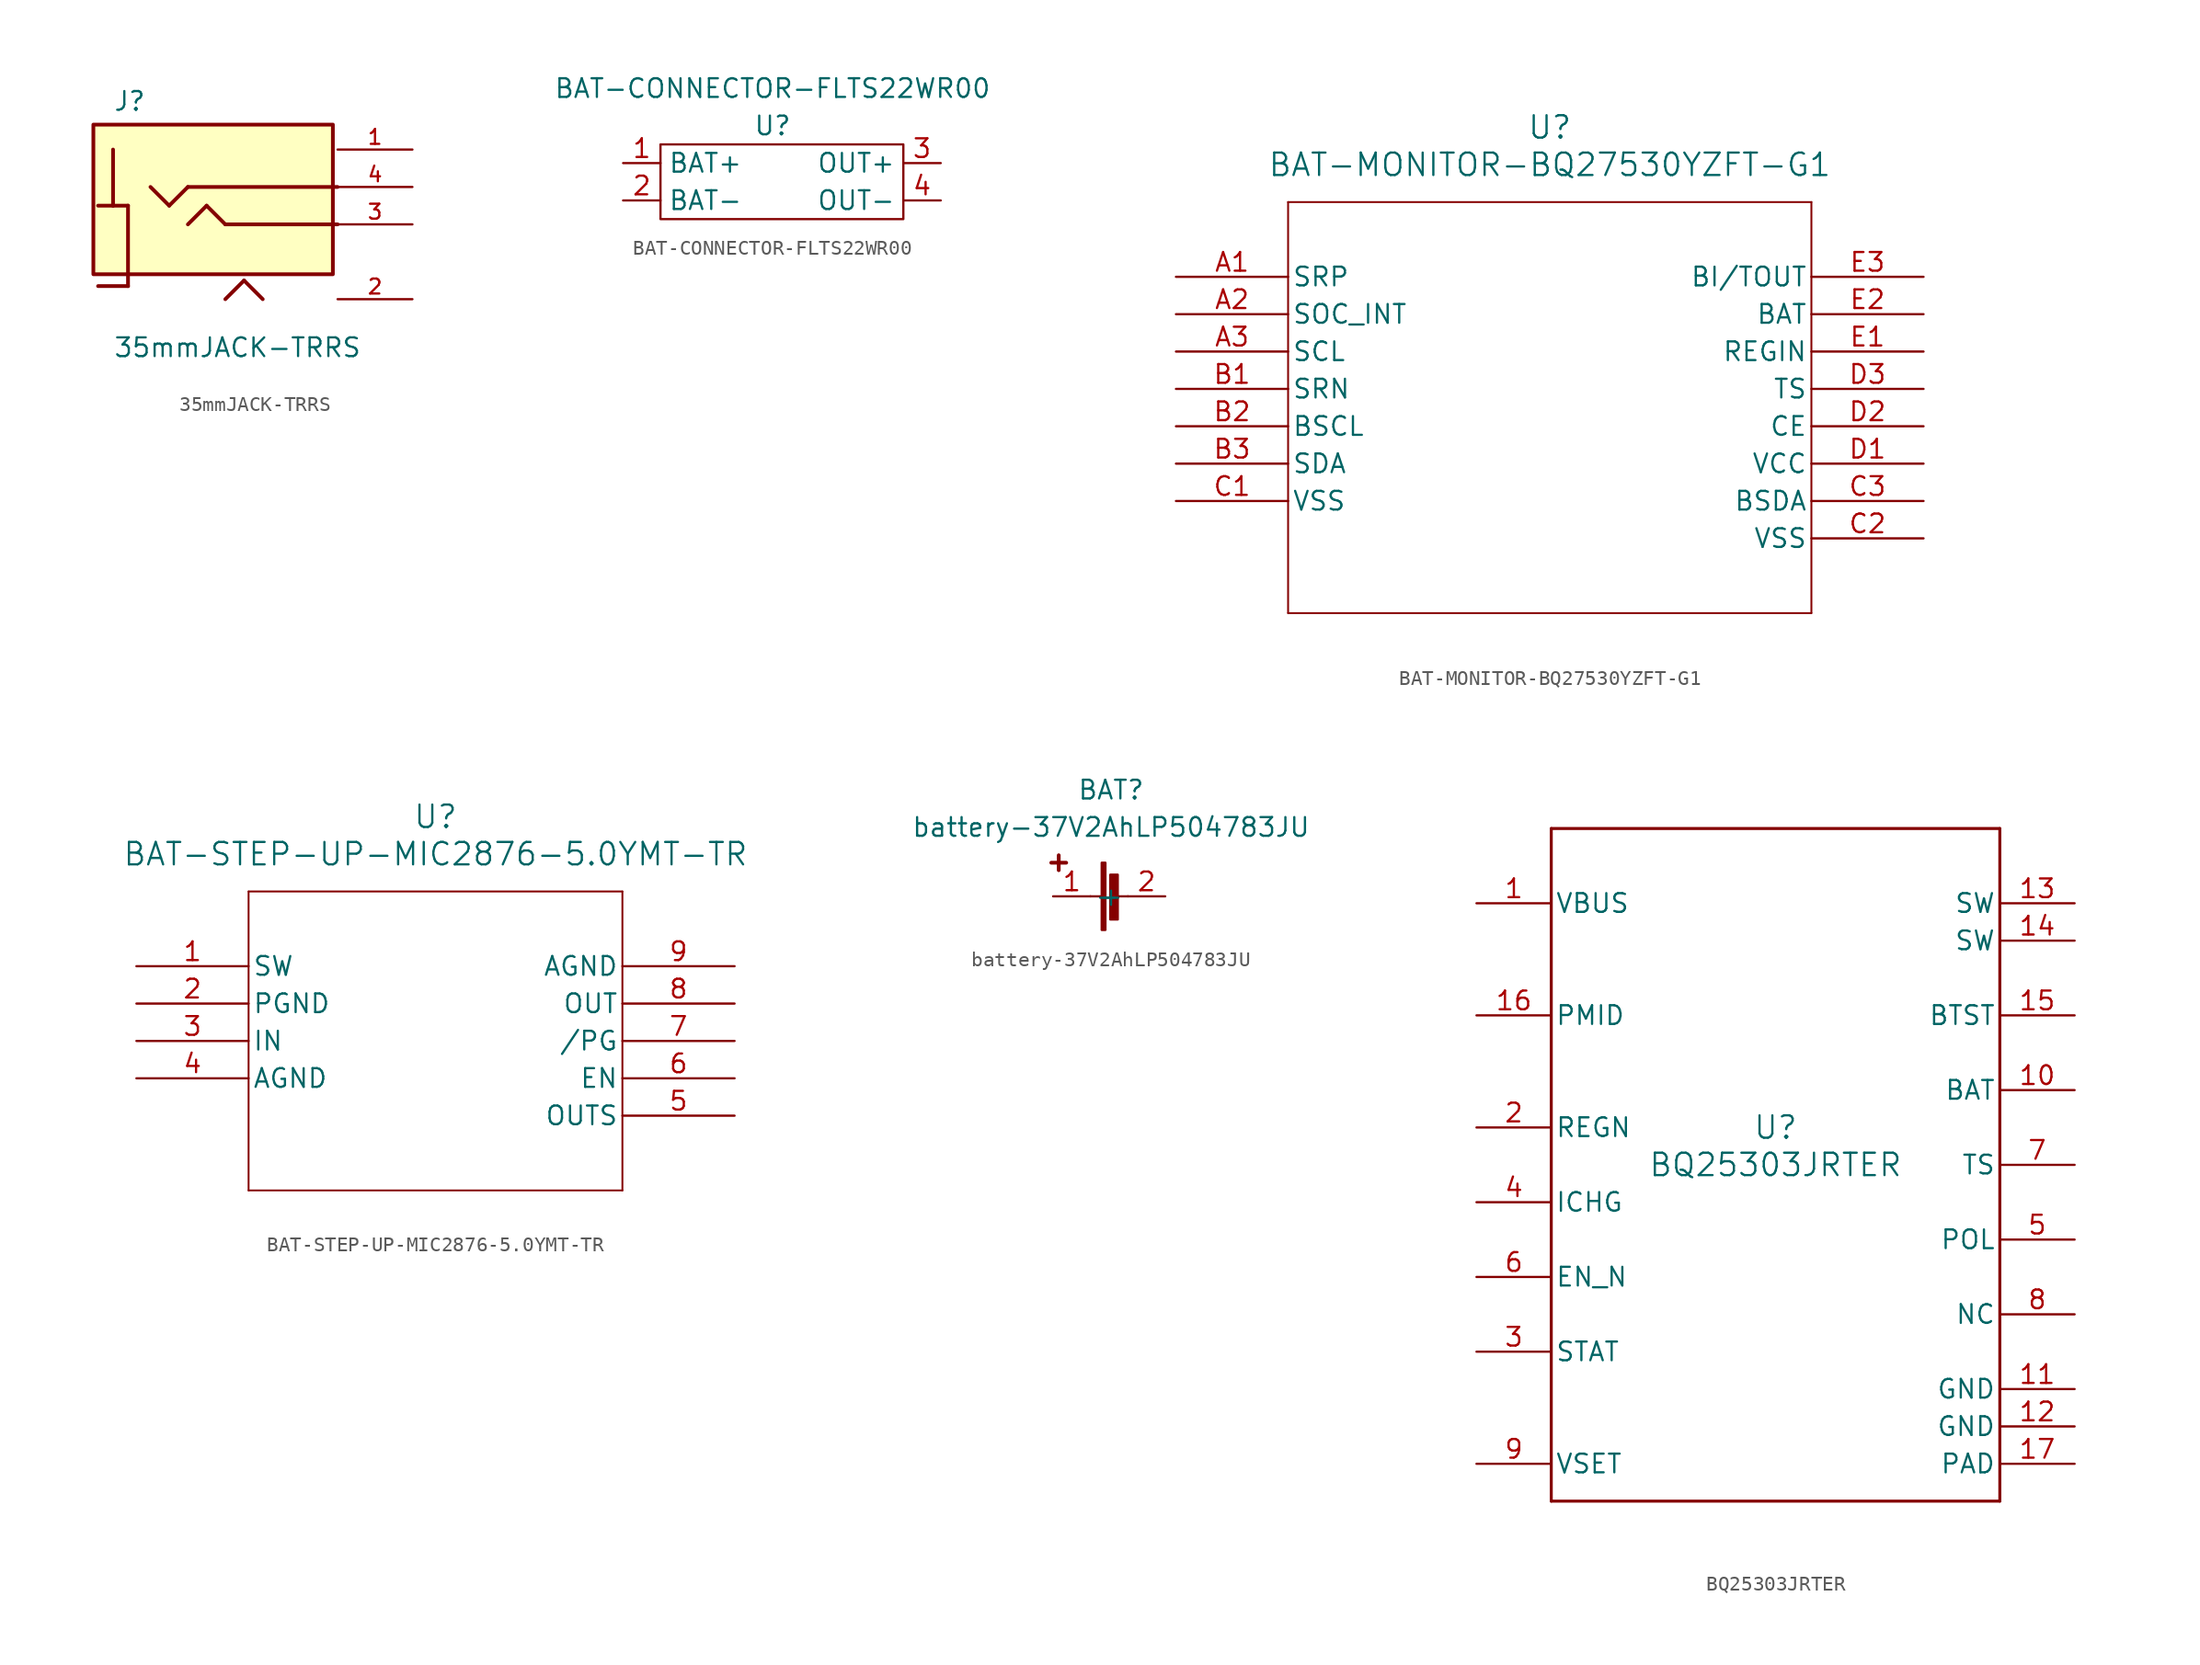
<source format=kicad_sym>
(kicad_symbol_lib
  (version 20211014)
  (generator kicad_symbol_editor)
  (symbol "35mmJACK-TRRS"
    (pin_names
      (offset 1.016))
    (property "Reference" "J"
      (at -7.62 7.62 0)
      (effects (font (size 1.27 1.27)) (justify left bottom)))
    (property "Value" "35mmJACK-TRRS"
      (at -7.62 -7.62 0)
      (effects (font (size 1.27 1.27)) (justify left top)))
    (symbol "35mmJACK-TRRS_0_0"
      (rectangle (start -8.956 -3.387) (end 7.3 6.773) (stroke (width 0.254) (type default) (color 0 0 0 0)) (fill (type background)))
      (polyline (pts (xy -8.636 1.27) (xy -7.62 1.27)) (stroke (width 0.254) (type default) (color 0 0 0 0)) (fill (type none)))
      (polyline (pts (xy -7.62 1.27) (xy -6.604 1.27)) (stroke (width 0.254) (type default) (color 0 0 0 0)) (fill (type none)))
      (polyline (pts (xy -7.62 5.08) (xy -7.62 1.27)) (stroke (width 0.254) (type default) (color 0 0 0 0)) (fill (type none)))
      (polyline (pts (xy -6.604 -4.191) (xy -8.636 -4.191)) (stroke (width 0.254) (type default) (color 0 0 0 0)) (fill (type none)))
      (polyline (pts (xy -6.604 1.27) (xy -6.604 -4.191)) (stroke (width 0.254) (type default) (color 0 0 0 0)) (fill (type none)))
      (polyline (pts (xy -5.08 2.54) (xy -3.81 1.27)) (stroke (width 0.254) (type default) (color 0 0 0 0)) (fill (type none)))
      (polyline (pts (xy -3.81 1.27) (xy -2.54 2.54)) (stroke (width 0.254) (type default) (color 0 0 0 0)) (fill (type none)))
      (polyline (pts (xy -2.54 0) (xy -1.27 1.27)) (stroke (width 0.254) (type default) (color 0 0 0 0)) (fill (type none)))
      (polyline (pts (xy -2.54 2.54) (xy 7.62 2.54)) (stroke (width 0.254) (type default) (color 0 0 0 0)) (fill (type none)))
      (polyline (pts (xy -1.27 1.27) (xy 0 0)) (stroke (width 0.254) (type default) (color 0 0 0 0)) (fill (type none)))
      (polyline (pts (xy 0 -5.08) (xy 1.27 -3.81)) (stroke (width 0.254) (type default) (color 0 0 0 0)) (fill (type none)))
      (polyline (pts (xy 0 0) (xy 7.62 0)) (stroke (width 0.254) (type default) (color 0 0 0 0)) (fill (type none)))
      (polyline (pts (xy 1.27 -3.81) (xy 2.54 -5.08)) (stroke (width 0.254) (type default) (color 0 0 0 0)) (fill (type none)))
      (pin passive line (at 12.7 5.08 180) (length 5.08) (name "~" (effects (font (size 1.016 1.016)))) (number "1" (effects (font (size 1.016 1.016)))))
      (pin passive line (at 12.7 -5.08 180) (length 5.08) (name "~" (effects (font (size 1.016 1.016)))) (number "2" (effects (font (size 1.016 1.016)))))
      (pin passive line (at 12.7 0 180) (length 5.08) (name "~" (effects (font (size 1.016 1.016)))) (number "3" (effects (font (size 1.016 1.016)))))
      (pin passive line (at 12.7 2.54 180) (length 5.08) (name "~" (effects (font (size 1.016 1.016)))) (number "4" (effects (font (size 1.016 1.016)))))))
  (symbol "BAT-CONNECTOR-FLTS22WR00"
    (property "Reference" "U"
      (at 0 0 0)
      (effects (font (size 1.27 1.27))))
    (property "Value" "BAT-CONNECTOR-FLTS22WR00"
      (at 0 2.54 0)
      (effects (font (size 1.27 1.27))))
    (symbol "BAT-CONNECTOR-FLTS22WR00_0_1"
      (rectangle (start -7.62 -1.27) (end 8.89 -6.35) (stroke (width 0) (type default) (color 0 0 0 0)) (fill (type none))))
    (symbol "BAT-CONNECTOR-FLTS22WR00_1_1"
      (pin passive line (at -10.16 -2.54 0) (length 2.54) (name "BAT+" (effects (font (size 1.27 1.27)))) (number "1" (effects (font (size 1.27 1.27)))))
      (pin passive line (at -10.16 -5.08 0) (length 2.54) (name "BAT-" (effects (font (size 1.27 1.27)))) (number "2" (effects (font (size 1.27 1.27)))))
      (pin passive line (at 11.43 -2.54 180) (length 2.54) (name "OUT+" (effects (font (size 1.27 1.27)))) (number "3" (effects (font (size 1.27 1.27)))))
      (pin passive line (at 11.43 -5.08 180) (length 2.54) (name "OUT-" (effects (font (size 1.27 1.27)))) (number "4" (effects (font (size 1.27 1.27)))))))
  (symbol "BAT-MONITOR-BQ27530YZFT-G1"
    (pin_names
      (offset 0.254))
    (property "Reference" "U"
      (at 25.4 10.16 0)
      (effects (font (size 1.524 1.524))))
    (property "Value" "BAT-MONITOR-BQ27530YZFT-G1"
      (at 25.4 7.62 0)
      (effects (font (size 1.524 1.524))))
    (symbol "BAT-MONITOR-BQ27530YZFT-G1_0_1"
      (polyline (pts (xy 7.62 -22.86) (xy 43.18 -22.86)) (stroke (width 0.127) (type default) (color 0 0 0 0)) (fill (type none)))
      (polyline (pts (xy 7.62 5.08) (xy 7.62 -22.86)) (stroke (width 0.127) (type default) (color 0 0 0 0)) (fill (type none)))
      (polyline (pts (xy 43.18 -22.86) (xy 43.18 5.08)) (stroke (width 0.127) (type default) (color 0 0 0 0)) (fill (type none)))
      (polyline (pts (xy 43.18 5.08) (xy 7.62 5.08)) (stroke (width 0.127) (type default) (color 0 0 0 0)) (fill (type none)))
      (pin input line (at 0 0 0) (length 7.62) (name "SRP" (effects (font (size 1.27 1.27)))) (number "A1" (effects (font (size 1.27 1.27)))))
      (pin bidirectional line (at 0 -2.54 0) (length 7.62) (name "SOC_INT" (effects (font (size 1.27 1.27)))) (number "A2" (effects (font (size 1.27 1.27)))))
      (pin input line (at 0 -5.08 0) (length 7.62) (name "SCL" (effects (font (size 1.27 1.27)))) (number "A3" (effects (font (size 1.27 1.27)))))
      (pin input line (at 0 -7.62 0) (length 7.62) (name "SRN" (effects (font (size 1.27 1.27)))) (number "B1" (effects (font (size 1.27 1.27)))))
      (pin output line (at 0 -10.16 0) (length 7.62) (name "BSCL" (effects (font (size 1.27 1.27)))) (number "B2" (effects (font (size 1.27 1.27)))))
      (pin bidirectional line (at 0 -12.7 0) (length 7.62) (name "SDA" (effects (font (size 1.27 1.27)))) (number "B3" (effects (font (size 1.27 1.27)))))
      (pin power_in line (at 0 -15.24 0) (length 7.62) (name "VSS" (effects (font (size 1.27 1.27)))) (number "C1" (effects (font (size 1.27 1.27)))))
      (pin power_in line (at 50.8 -17.78 180) (length 7.62) (name "VSS" (effects (font (size 1.27 1.27)))) (number "C2" (effects (font (size 1.27 1.27)))))
      (pin bidirectional line (at 50.8 -15.24 180) (length 7.62) (name "BSDA" (effects (font (size 1.27 1.27)))) (number "C3" (effects (font (size 1.27 1.27)))))
      (pin power_in line (at 50.8 -12.7 180) (length 7.62) (name "VCC" (effects (font (size 1.27 1.27)))) (number "D1" (effects (font (size 1.27 1.27)))))
      (pin input line (at 50.8 -10.16 180) (length 7.62) (name "CE" (effects (font (size 1.27 1.27)))) (number "D2" (effects (font (size 1.27 1.27)))))
      (pin input line (at 50.8 -7.62 180) (length 7.62) (name "TS" (effects (font (size 1.27 1.27)))) (number "D3" (effects (font (size 1.27 1.27)))))
      (pin input line (at 50.8 -5.08 180) (length 7.62) (name "REGIN" (effects (font (size 1.27 1.27)))) (number "E1" (effects (font (size 1.27 1.27)))))
      (pin input line (at 50.8 -2.54 180) (length 7.62) (name "BAT" (effects (font (size 1.27 1.27)))) (number "E2" (effects (font (size 1.27 1.27)))))
      (pin bidirectional line (at 50.8 0 180) (length 7.62) (name "BI/TOUT" (effects (font (size 1.27 1.27)))) (number "E3" (effects (font (size 1.27 1.27)))))))
  (symbol "BAT-STEP-UP-MIC2876-5.0YMT-TR"
    (pin_names
      (offset 0.254))
    (property "Reference" "U"
      (at 20.32 10.16 0)
      (effects (font (size 1.524 1.524))))
    (property "Value" "BAT-STEP-UP-MIC2876-5.0YMT-TR"
      (at 20.32 7.62 0)
      (effects (font (size 1.524 1.524))))
    (symbol "BAT-STEP-UP-MIC2876-5.0YMT-TR_0_1"
      (polyline (pts (xy 7.62 -15.24) (xy 33.02 -15.24)) (stroke (width 0.127) (type default) (color 0 0 0 0)) (fill (type none)))
      (polyline (pts (xy 7.62 5.08) (xy 7.62 -15.24)) (stroke (width 0.127) (type default) (color 0 0 0 0)) (fill (type none)))
      (polyline (pts (xy 33.02 -15.24) (xy 33.02 5.08)) (stroke (width 0.127) (type default) (color 0 0 0 0)) (fill (type none)))
      (polyline (pts (xy 33.02 5.08) (xy 7.62 5.08)) (stroke (width 0.127) (type default) (color 0 0 0 0)) (fill (type none)))
      (pin power_in line (at 0 0 0) (length 7.62) (name "SW" (effects (font (size 1.27 1.27)))) (number "1" (effects (font (size 1.27 1.27)))))
      (pin power_out line (at 0 -2.54 0) (length 7.62) (name "PGND" (effects (font (size 1.27 1.27)))) (number "2" (effects (font (size 1.27 1.27)))))
      (pin power_in line (at 0 -5.08 0) (length 7.62) (name "IN" (effects (font (size 1.27 1.27)))) (number "3" (effects (font (size 1.27 1.27)))))
      (pin power_out line (at 0 -7.62 0) (length 7.62) (name "AGND" (effects (font (size 1.27 1.27)))) (number "4" (effects (font (size 1.27 1.27)))))
      (pin unspecified line (at 40.64 -10.16 180) (length 7.62) (name "OUTS" (effects (font (size 1.27 1.27)))) (number "5" (effects (font (size 1.27 1.27)))))
      (pin input line (at 40.64 -7.62 180) (length 7.62) (name "EN" (effects (font (size 1.27 1.27)))) (number "6" (effects (font (size 1.27 1.27)))))
      (pin output line (at 40.64 -5.08 180) (length 7.62) (name "/PG" (effects (font (size 1.27 1.27)))) (number "7" (effects (font (size 1.27 1.27)))))
      (pin power_in line (at 40.64 -2.54 180) (length 7.62) (name "OUT" (effects (font (size 1.27 1.27)))) (number "8" (effects (font (size 1.27 1.27)))))
      (pin power_out line (at 40.64 0 180) (length 7.62) (name "AGND" (effects (font (size 1.27 1.27)))) (number "9" (effects (font (size 1.27 1.27)))))))
  (symbol "battery-37V2AhLP504783JU"
    (property "Reference" "BAT"
      (at 0 3.81 0)
      (effects (font (size 1.27 1.27))))
    (property "Value" "battery-37V2AhLP504783JU"
      (at 0 1.27 0)
      (effects (font (size 1.27 1.27))))
    (symbol "battery-37V2AhLP504783JU_0_1"
      (rectangle (start -0.635 -5.715) (end -0.381 -1.143) (stroke (width 0) (type default) (color 0 0 0 0)) (fill (type outline)))
      (rectangle (start -0.051 -5.004) (end 0.457 -1.956) (stroke (width 0) (type default) (color 0 0 0 0)) (fill (type outline)))
      (polyline (pts (xy -4.064 -1.143) (xy -3.048 -1.143)) (stroke (width 0.254) (type default) (color 0 0 0 0)) (fill (type none)))
      (polyline (pts (xy -3.556 -1.651) (xy -3.556 -0.635)) (stroke (width 0.254) (type default) (color 0 0 0 0)) (fill (type none)))
      (polyline (pts (xy -0.635 -3.429) (xy -1.397 -3.429)) (stroke (width 0) (type default) (color 0 0 0 0)) (fill (type none)))
      (polyline (pts (xy 0.381 -3.429) (xy 1.143 -3.429)) (stroke (width 0) (type default) (color 0 0 0 0)) (fill (type none))))
    (symbol "battery-37V2AhLP504783JU_1_1"
      (pin passive line (at -3.937 -3.429 0) (length 2.54) (name "+" (effects (font (size 1.27 1.27)))) (number "1" (effects (font (size 1.27 1.27)))))
      (pin passive line (at 3.683 -3.429 180) (length 2.54) (name "-" (effects (font (size 1.27 1.27)))) (number "2" (effects (font (size 1.27 1.27)))))))
  (symbol "BQ25303JRTER"
    (pin_names
      (offset 0.254))
    (property "Reference" "U"
      (at 0 2.54 0)
      (effects (font (size 1.524 1.524))))
    (property "Value" "BQ25303JRTER"
      (at 0 0 0)
      (effects (font (size 1.524 1.524))))
    (property "ki_locked" ""
      (at 0 0 0)
      (effects (font (size 1.27 1.27))))
    (symbol "BQ25303JRTER_0_1"
      (polyline (pts (xy -15.24 -22.86) (xy 15.24 -22.86)) (stroke (width 0.203) (type default) (color 0 0 0 0)) (fill (type none)))
      (polyline (pts (xy -15.24 22.86) (xy -15.24 -22.86)) (stroke (width 0.203) (type default) (color 0 0 0 0)) (fill (type none)))
      (polyline (pts (xy 15.24 -22.86) (xy 15.24 22.86)) (stroke (width 0.203) (type default) (color 0 0 0 0)) (fill (type none)))
      (polyline (pts (xy 15.24 22.86) (xy -15.24 22.86)) (stroke (width 0.203) (type default) (color 0 0 0 0)) (fill (type none)))
      (pin power_in line (at -20.32 17.78 0) (length 5.08) (name "VBUS" (effects (font (size 1.27 1.27)))) (number "1" (effects (font (size 1.27 1.27)))))
      (pin power_in line (at 20.32 5.08 180) (length 5.08) (name "BAT" (effects (font (size 1.27 1.27)))) (number "10" (effects (font (size 1.27 1.27)))))
      (pin power_in line (at 20.32 -15.24 180) (length 5.08) (name "GND" (effects (font (size 1.27 1.27)))) (number "11" (effects (font (size 1.27 1.27)))))
      (pin power_in line (at 20.32 -17.78 180) (length 5.08) (name "GND" (effects (font (size 1.27 1.27)))) (number "12" (effects (font (size 1.27 1.27)))))
      (pin power_in line (at 20.32 17.78 180) (length 5.08) (name "SW" (effects (font (size 1.27 1.27)))) (number "13" (effects (font (size 1.27 1.27)))))
      (pin power_in line (at 20.32 15.24 180) (length 5.08) (name "SW" (effects (font (size 1.27 1.27)))) (number "14" (effects (font (size 1.27 1.27)))))
      (pin power_in line (at 20.32 10.16 180) (length 5.08) (name "BTST" (effects (font (size 1.27 1.27)))) (number "15" (effects (font (size 1.27 1.27)))))
      (pin output line (at -20.32 10.16 0) (length 5.08) (name "PMID" (effects (font (size 1.27 1.27)))) (number "16" (effects (font (size 1.27 1.27)))))
      (pin power_in line (at 20.32 -20.32 180) (length 5.08) (name "PAD" (effects (font (size 1.27 1.27)))) (number "17" (effects (font (size 1.27 1.27)))))
      (pin power_in line (at -20.32 2.54 0) (length 5.08) (name "REGN" (effects (font (size 1.27 1.27)))) (number "2" (effects (font (size 1.27 1.27)))))
      (pin open_collector line (at -20.32 -12.7 0) (length 5.08) (name "STAT" (effects (font (size 1.27 1.27)))) (number "3" (effects (font (size 1.27 1.27)))))
      (pin output line (at -20.32 -2.54 0) (length 5.08) (name "ICHG" (effects (font (size 1.27 1.27)))) (number "4" (effects (font (size 1.27 1.27)))))
      (pin unspecified line (at 20.32 -5.08 180) (length 5.08) (name "POL" (effects (font (size 1.27 1.27)))) (number "5" (effects (font (size 1.27 1.27)))))
      (pin input line (at -20.32 -7.62 0) (length 5.08) (name "EN_N" (effects (font (size 1.27 1.27)))) (number "6" (effects (font (size 1.27 1.27)))))
      (pin input line (at 20.32 0 180) (length 5.08) (name "TS" (effects (font (size 1.27 1.27)))) (number "7" (effects (font (size 1.27 1.27)))))
      (pin unspecified line (at 20.32 -10.16 180) (length 5.08) (name "NC" (effects (font (size 1.27 1.27)))) (number "8" (effects (font (size 1.27 1.27)))))
      (pin input line (at -20.32 -20.32 0) (length 5.08) (name "VSET" (effects (font (size 1.27 1.27)))) (number "9" (effects (font (size 1.27 1.27))))))))
</source>
